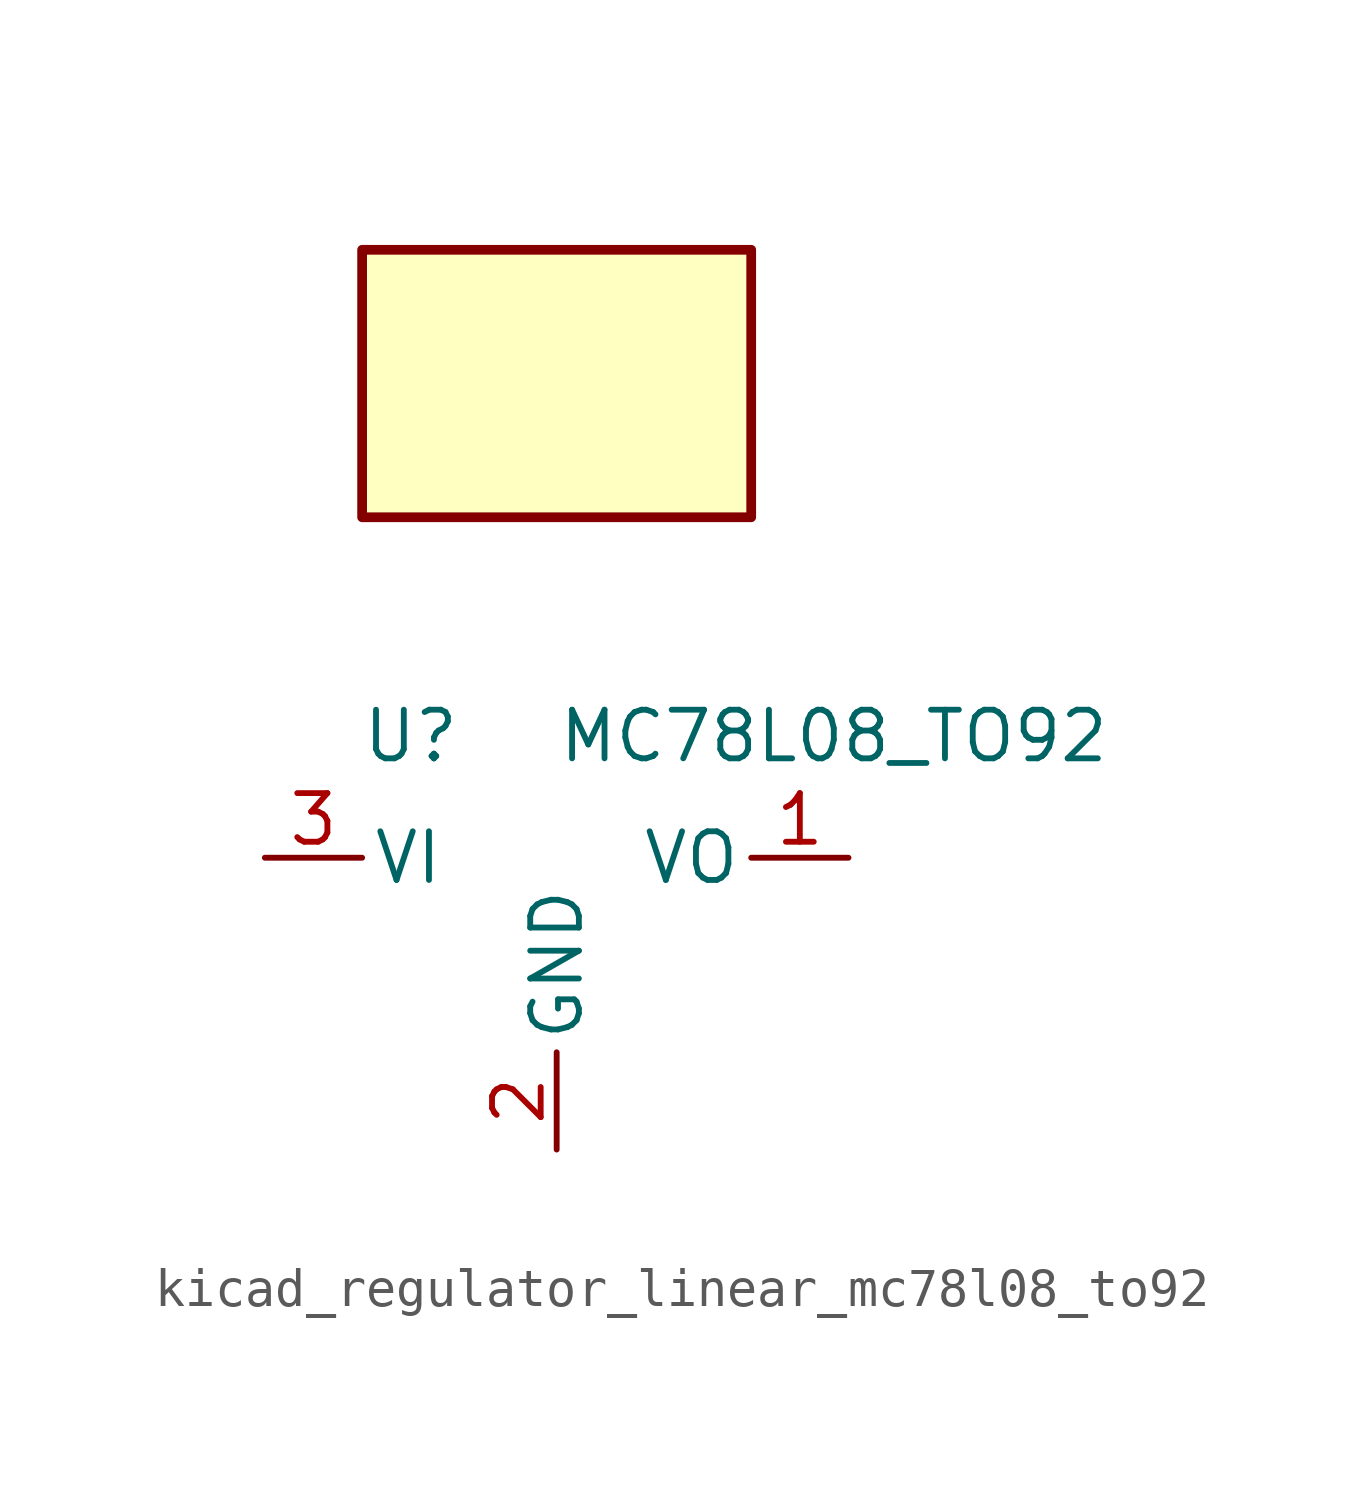
<source format=kicad_sym>
(kicad_symbol_lib
  (version 20220914)
  (generator kicad_symbol_editor)
  (symbol "kicad_regulator_linear_mc78l08_to92"
    (pin_names
      (offset 0.254))
    (property "Reference" "U"
      (at -3.81 3.175 0)
      (effects (font (size 1.27 1.27))))
    (property "Value" "MC78L08_TO92"
      (at 0 3.175 0)
      (effects (font (size 1.27 1.27)) (justify left)))
    (symbol "kicad_regulator_linear_mc78l08_to92_0_1"
      (rectangle (start 5.08 15.875) (end -5.08 8.89) (stroke (width 0.254) (type default)) (fill (type background))))
    (symbol "kicad_regulator_linear_mc78l08_to92_1_1"
      (pin power_out line (at 7.62 0 180) (length 2.54) (name "VO" (effects (font (size 1.27 1.27)))) (number "1" (effects (font (size 1.27 1.27)))))
      (pin power_in line (at 0 -7.62 90) (length 2.54) (name "GND" (effects (font (size 1.27 1.27)))) (number "2" (effects (font (size 1.27 1.27)))))
      (pin power_in line (at -7.62 0 0) (length 2.54) (name "VI" (effects (font (size 1.27 1.27)))) (number "3" (effects (font (size 1.27 1.27))))))))
</source>
